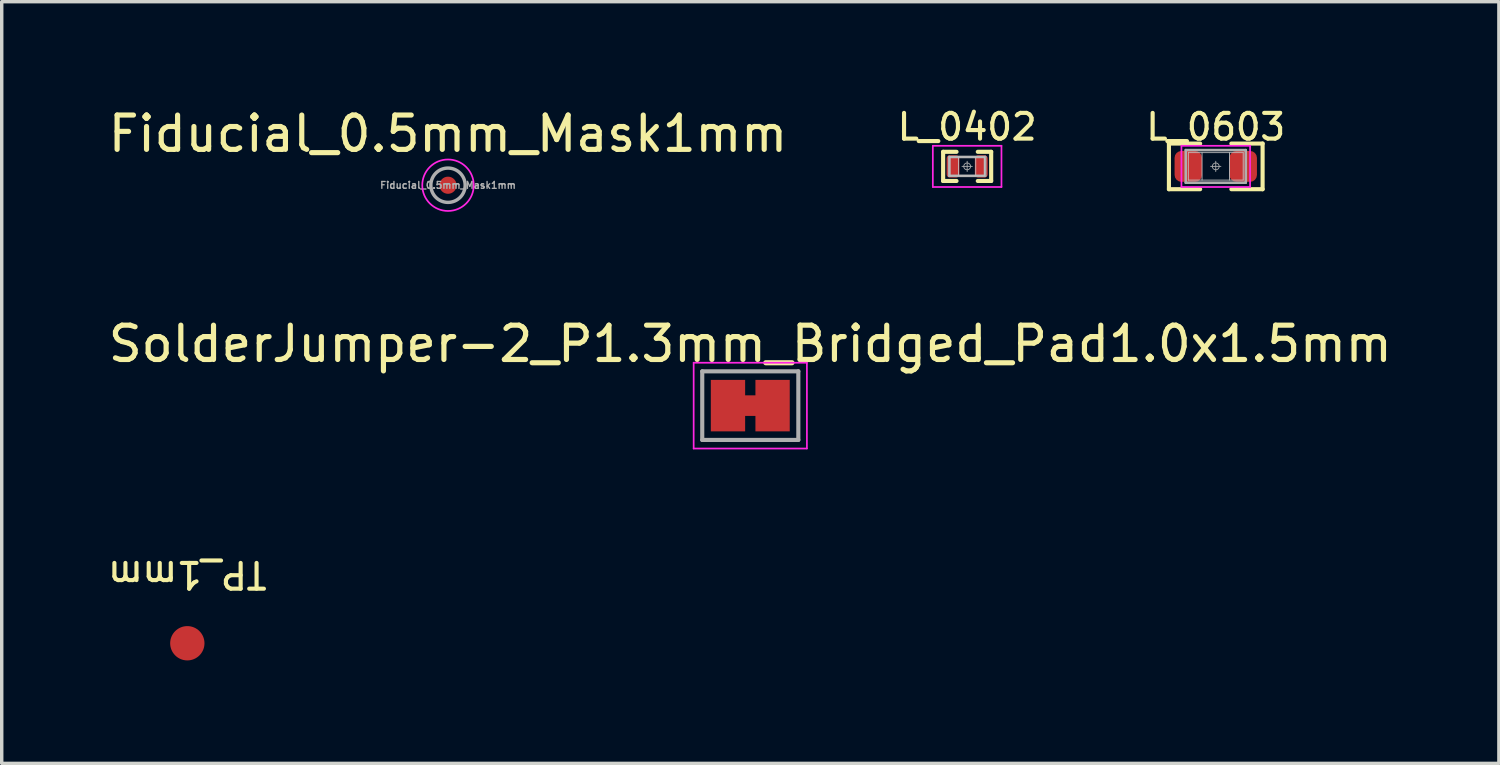
<source format=kicad_pcb>
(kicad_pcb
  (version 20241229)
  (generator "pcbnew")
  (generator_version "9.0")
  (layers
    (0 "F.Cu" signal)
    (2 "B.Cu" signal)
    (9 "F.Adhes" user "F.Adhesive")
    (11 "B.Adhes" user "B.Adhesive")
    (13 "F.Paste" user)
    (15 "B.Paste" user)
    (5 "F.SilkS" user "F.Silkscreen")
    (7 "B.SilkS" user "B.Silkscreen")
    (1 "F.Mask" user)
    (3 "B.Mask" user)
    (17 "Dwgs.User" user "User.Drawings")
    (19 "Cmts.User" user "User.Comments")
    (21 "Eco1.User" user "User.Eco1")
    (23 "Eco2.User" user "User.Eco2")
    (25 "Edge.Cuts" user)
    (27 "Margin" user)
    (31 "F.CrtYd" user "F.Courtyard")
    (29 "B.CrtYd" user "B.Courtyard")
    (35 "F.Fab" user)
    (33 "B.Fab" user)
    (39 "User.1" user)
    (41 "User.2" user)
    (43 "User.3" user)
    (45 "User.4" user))
  (footprint "L_0402"
    (layer "F.Cu")
    (at 25.135 1.799)
    (property "Reference" "L_0402" (at 0 -1.15 0) (layer "F.SilkS") (effects (font (size 0.75 0.75) (thickness 0.12))))
    (attr smd)
    (fp_line (start -0.7 -0.425) (end -0.31 -0.425) (stroke (width 0.12) (type solid)) (layer "F.SilkS"))
    (fp_line (start -0.7 0.425) (end -0.7 -0.425) (stroke (width 0.12) (type default)) (layer "F.SilkS"))
    (fp_line (start -0.7 0.425) (end -0.31 0.425) (stroke (width 0.12) (type solid)) (layer "F.SilkS"))
    (fp_line (start 0.31 -0.425) (end 0.7 -0.425) (stroke (width 0.12) (type solid)) (layer "F.SilkS"))
    (fp_line (start 0.31 0.425) (end 0.7 0.425) (stroke (width 0.12) (type solid)) (layer "F.SilkS"))
    (fp_line (start 0.7 0.425) (end 0.7 -0.425) (stroke (width 0.12) (type default)) (layer "F.SilkS"))
    (fp_line (start -0.5 -0.275) (end 0.5 -0.275) (stroke (width 0.025) (type solid)) (layer "Dwgs.User"))
    (fp_line (start -0.5 0.275) (end -0.5 -0.275) (stroke (width 0.025) (type solid)) (layer "Dwgs.User"))
    (fp_line (start -0.25 -0.275) (end -0.25 0.275) (stroke (width 0.025) (type solid)) (layer "Dwgs.User"))
    (fp_line (start 0.25 0.275) (end 0.25 -0.275) (stroke (width 0.025) (type solid)) (layer "Dwgs.User"))
    (fp_line (start 0.5 -0.275) (end 0.5 0.275) (stroke (width 0.025) (type solid)) (layer "Dwgs.User"))
    (fp_line (start 0.5 0.275) (end -0.5 0.275) (stroke (width 0.025) (type solid)) (layer "Dwgs.User"))
    (fp_line (start -1 -0.6) (end 1 -0.6) (stroke (width 0.05) (type solid)) (layer "F.CrtYd"))
    (fp_line (start -1 0.6) (end -1 -0.6) (stroke (width 0.05) (type solid)) (layer "F.CrtYd"))
    (fp_line (start 1 -0.6) (end 1 0.6) (stroke (width 0.05) (type solid)) (layer "F.CrtYd"))
    (fp_line (start 1 0.6) (end -1 0.6) (stroke (width 0.05) (type solid)) (layer "F.CrtYd"))
    (fp_line (start -0.525 -0.275) (end 0.525 -0.275) (stroke (width 0.075) (type solid)) (layer "F.Fab"))
    (fp_line (start -0.525 0.275) (end -0.525 -0.275) (stroke (width 0.075) (type solid)) (layer "F.Fab"))
    (fp_line (start 0 -0.15) (end 0 0.15) (stroke (width 0.025) (type solid)) (layer "F.Fab"))
    (fp_line (start 0.15 0) (end -0.15 0) (stroke (width 0.025) (type solid)) (layer "F.Fab"))
    (fp_line (start 0.525 -0.275) (end 0.525 0.275) (stroke (width 0.075) (type solid)) (layer "F.Fab"))
    (fp_line (start 0.525 0.275) (end -0.525 0.275) (stroke (width 0.075) (type solid)) (layer "F.Fab"))
    (fp_circle (center 0 0) (end 0.1 0) (stroke (width 0.025) (type solid)) (fill no) (layer "F.Fab"))
    (pad "1" smd roundrect (at -0.412 0) (size 0.375 0.65) (layers "F.Cu" "F.Mask" "F.Paste") (roundrect_rratio 0.25))
    (pad "2" smd roundrect (at 0.412 0) (size 0.375 0.65) (layers "F.Cu" "F.Mask" "F.Paste") (roundrect_rratio 0.25)))
  (footprint "Fiducial_0.5mm_Mask1mm"
    (layer "F.Cu")
    (at 10.006 2.348)
    (property "Reference" "Fiducial_0.5mm_Mask1mm" (at 0 -1.5 0) (layer "F.SilkS") (effects (font (size 1 1) (thickness 0.15))))
    (attr smd)
    (fp_circle (center 0 0) (end 0.75 0) (stroke (width 0.05) (type solid)) (fill no) (layer "F.CrtYd"))
    (fp_circle (center 0 0) (end 0.5 0) (stroke (width 0.1) (type solid)) (fill no) (layer "F.Fab"))
    (fp_text user "${REFERENCE}" (at 0 0 0) (layer "F.Fab") (effects (font (size 0.2 0.2) (thickness 0.04))))
    (pad "" smd circle (at 0 0 180) (size 0.5 0.5) (layers "F.Cu" "F.Mask")))
  (footprint "L_0603"
    (layer "F.Cu")
    (at 32.38 1.799)
    (property "Reference" "L_0603" (at 0 -1.15 0) (layer "F.SilkS") (effects (font (size 0.75 0.75) (thickness 0.12))))
    (attr smd)
    (fp_line (start -1.365 0.665) (end -1.365 -0.665) (stroke (width 0.12) (type solid)) (layer "F.SilkS"))
    (fp_line (start -0.455 -0.665) (end -1.365 -0.665) (stroke (width 0.12) (type solid)) (layer "F.SilkS"))
    (fp_line (start -0.455 0.665) (end -1.365 0.665) (stroke (width 0.12) (type solid)) (layer "F.SilkS"))
    (fp_line (start 0.455 0.665) (end 1.365 0.665) (stroke (width 0.12) (type solid)) (layer "F.SilkS"))
    (fp_line (start 1.365 -0.665) (end 0.455 -0.665) (stroke (width 0.12) (type solid)) (layer "F.SilkS"))
    (fp_line (start 1.365 0.665) (end 1.365 -0.665) (stroke (width 0.12) (type solid)) (layer "F.SilkS"))
    (fp_line (start -0.8 -0.4) (end 0.8 -0.4) (stroke (width 0.025) (type solid)) (layer "Dwgs.User"))
    (fp_line (start -0.8 0.4) (end -0.8 -0.4) (stroke (width 0.025) (type solid)) (layer "Dwgs.User"))
    (fp_line (start -0.4 -0.4) (end -0.4 0.4) (stroke (width 0.025) (type solid)) (layer "Dwgs.User"))
    (fp_line (start 0.4 0.4) (end 0.4 -0.4) (stroke (width 0.025) (type solid)) (layer "Dwgs.User"))
    (fp_line (start 0.8 -0.4) (end 0.8 0.4) (stroke (width 0.025) (type solid)) (layer "Dwgs.User"))
    (fp_line (start 0.8 0.4) (end -0.8 0.4) (stroke (width 0.025) (type solid)) (layer "Dwgs.User"))
    (fp_line (start -1 -0.6) (end 1 -0.6) (stroke (width 0.05) (type solid)) (layer "F.CrtYd"))
    (fp_line (start -1 0.6) (end -1 -0.6) (stroke (width 0.05) (type solid)) (layer "F.CrtYd"))
    (fp_line (start 1 -0.6) (end 1 0.6) (stroke (width 0.05) (type solid)) (layer "F.CrtYd"))
    (fp_line (start 1 0.6) (end -1 0.6) (stroke (width 0.05) (type solid)) (layer "F.CrtYd"))
    (fp_line (start -0.875 -0.475) (end 0.875 -0.475) (stroke (width 0.075) (type solid)) (layer "F.Fab"))
    (fp_line (start -0.875 0.475) (end -0.875 -0.475) (stroke (width 0.075) (type solid)) (layer "F.Fab"))
    (fp_line (start 0 -0.15) (end 0 0.15) (stroke (width 0.025) (type solid)) (layer "F.Fab"))
    (fp_line (start 0.15 0) (end -0.15 0) (stroke (width 0.025) (type solid)) (layer "F.Fab"))
    (fp_line (start 0.875 -0.475) (end 0.875 0.475) (stroke (width 0.075) (type solid)) (layer "F.Fab"))
    (fp_line (start 0.875 0.475) (end -0.875 0.475) (stroke (width 0.075) (type solid)) (layer "F.Fab"))
    (fp_circle (center 0 0) (end 0.1 0) (stroke (width 0.025) (type solid)) (fill no) (layer "F.Fab"))
    (pad "1" smd roundrect (at -0.8 0) (size 0.8 0.9) (layers "F.Cu" "F.Mask" "F.Paste") (roundrect_rratio 0.25))
    (pad "2" smd roundrect (at 0.8 0) (size 0.8 0.9) (layers "F.Cu" "F.Mask" "F.Paste") (roundrect_rratio 0.25)))
  (footprint "SolderJumper-2_P1.3mm_Bridged_Pad1.0x1.5mm"
    (layer "F.Cu")
    (at 18.815 8.771)
    (property "Reference" "SolderJumper-2_P1.3mm_Bridged_Pad1.0x1.5mm" (at 0 -1.8 0) (layer "F.SilkS") (effects (font (size 1 1) (thickness 0.15))))
    (attr exclude_from_pos_files exclude_from_bom allow_soldermask_bridges)
    (fp_poly (pts (xy -0.25 -0.3) (xy 0.25 -0.3) (xy 0.25 0.3) (xy -0.25 0.3)) (stroke (width 0) (type solid)) (fill yes) (layer "F.Cu"))
    (fp_line (start -1.65 -1.25) (end -1.65 1.25) (stroke (width 0.05) (type solid)) (layer "F.CrtYd"))
    (fp_line (start -1.65 -1.25) (end 1.65 -1.25) (stroke (width 0.05) (type solid)) (layer "F.CrtYd"))
    (fp_line (start 1.65 1.25) (end -1.65 1.25) (stroke (width 0.05) (type solid)) (layer "F.CrtYd"))
    (fp_line (start 1.65 1.25) (end 1.65 -1.25) (stroke (width 0.05) (type solid)) (layer "F.CrtYd"))
    (fp_line (start -1.4 -1) (end 1.4 -1) (stroke (width 0.12) (type solid)) (layer "F.Fab"))
    (fp_line (start -1.4 1) (end -1.4 -1) (stroke (width 0.12) (type solid)) (layer "F.Fab"))
    (fp_line (start 1.4 -1) (end 1.4 1) (stroke (width 0.12) (type solid)) (layer "F.Fab"))
    (fp_line (start 1.4 1) (end -1.4 1) (stroke (width 0.12) (type solid)) (layer "F.Fab"))
    (pad "1" smd rect (at -0.65 0) (size 1 1.5) (layers "F.Cu" "F.Mask"))
    (pad "2" smd rect (at 0.65 0) (size 1 1.5) (layers "F.Cu" "F.Mask")))
  (footprint "TP_1mm"
    (layer "F.Cu")
    (at 2.409 15.696)
    (property "Reference" "TP_1mm" (at 0 -2 180) (unlocked yes) (layer "F.SilkS") (effects (font (size 0.75 0.75) (thickness 0.12))))
    (attr smd exclude_from_bom)
    (pad "1" smd circle (at 0 0 180) (size 1 1) (layers "F.Cu" "F.Mask")))
  (gr_rect
    (start -3 -3)
    (end 40.631 19.196)
    (stroke (width 0.1) (type default))
    (fill no)
    (layer "Edge.Cuts")))
</source>
